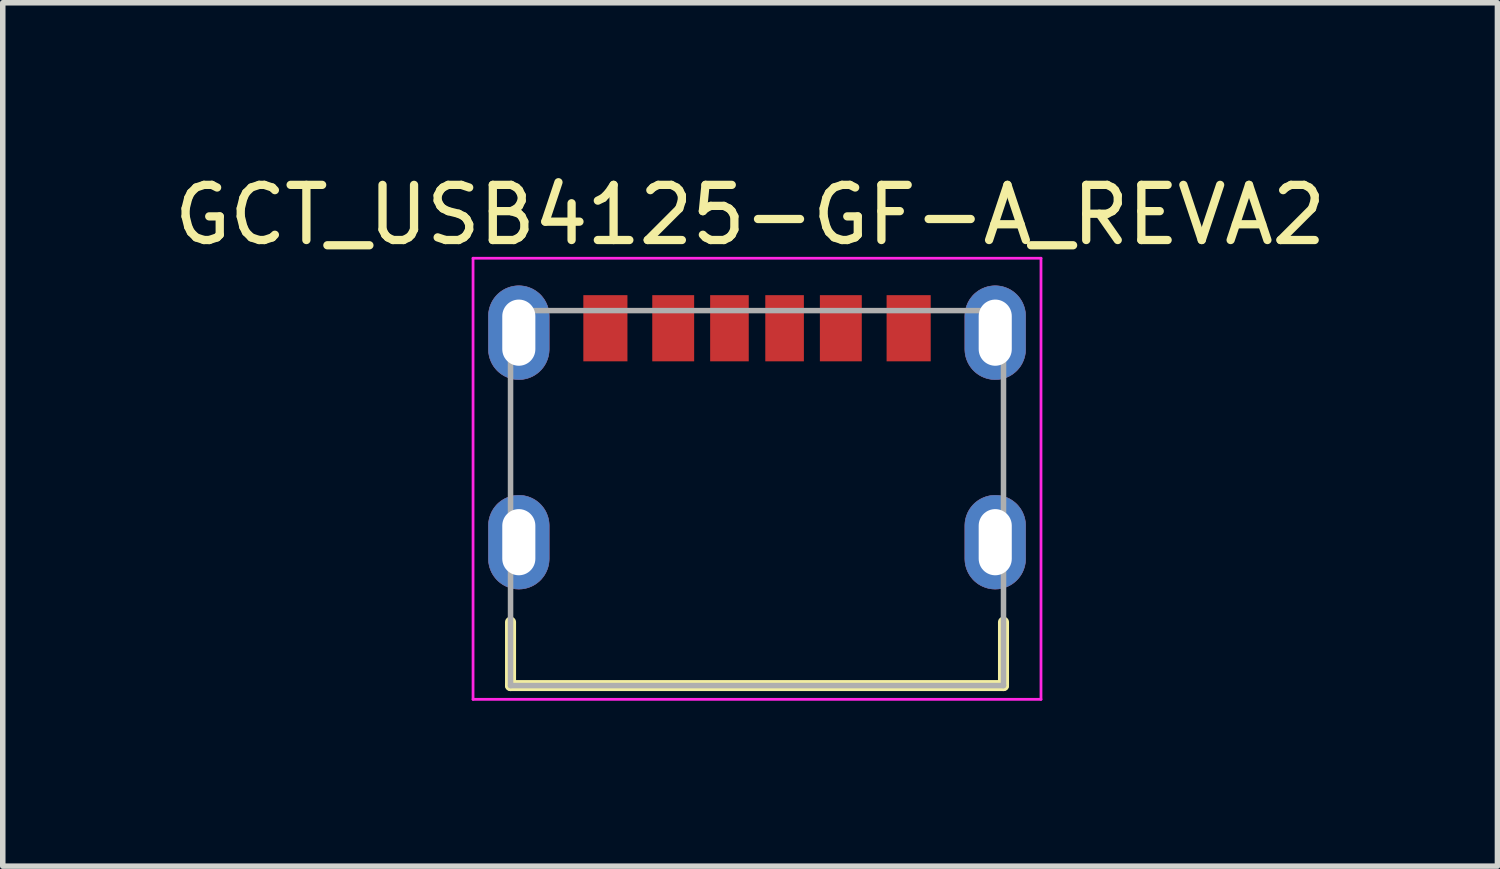
<source format=kicad_pcb>
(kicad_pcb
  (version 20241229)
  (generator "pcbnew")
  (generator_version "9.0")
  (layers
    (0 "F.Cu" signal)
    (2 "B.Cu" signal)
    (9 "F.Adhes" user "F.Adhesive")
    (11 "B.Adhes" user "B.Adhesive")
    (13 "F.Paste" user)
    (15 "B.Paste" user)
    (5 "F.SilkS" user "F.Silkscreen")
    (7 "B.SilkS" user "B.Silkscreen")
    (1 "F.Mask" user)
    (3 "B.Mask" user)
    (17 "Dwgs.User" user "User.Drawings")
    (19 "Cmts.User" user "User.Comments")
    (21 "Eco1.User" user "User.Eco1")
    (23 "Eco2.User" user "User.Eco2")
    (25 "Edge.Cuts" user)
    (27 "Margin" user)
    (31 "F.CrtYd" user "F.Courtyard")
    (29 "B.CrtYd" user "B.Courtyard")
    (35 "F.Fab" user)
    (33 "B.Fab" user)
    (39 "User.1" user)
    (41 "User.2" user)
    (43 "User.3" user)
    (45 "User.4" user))
  (footprint "GCT_USB4125-GF-A_REVA2"
    (layer "F.Cu")
    (at 10.679 5.983)
    (property "Reference" "GCT_USB4125-GF-A_REVA2" (at -0.125 -5.135 0) (layer "F.SilkS") (effects (font (size 1 1) (thickness 0.15))))
    (attr through_hole)
    (fp_poly (pts (xy -4.32 -3.85) (xy -4.349 -3.849) (xy -4.377 -3.847) (xy -4.406 -3.843) (xy -4.434 -3.838) (xy -4.462 -3.831) (xy -4.49 -3.823) (xy -4.517 -3.813) (xy -4.544 -3.802) (xy -4.57 -3.79) (xy -4.595 -3.776) (xy -4.62 -3.761) (xy -4.643 -3.745) (xy -4.666 -3.727) (xy -4.688 -3.709) (xy -4.709 -3.689) (xy -4.729 -3.668) (xy -4.747 -3.646) (xy -4.765 -3.623) (xy -4.781 -3.6) (xy -4.796 -3.575) (xy -4.81 -3.55) (xy -4.822 -3.524) (xy -4.833 -3.497) (xy -4.843 -3.47) (xy -4.851 -3.442) (xy -4.858 -3.414) (xy -4.863 -3.386) (xy -4.867 -3.357) (xy -4.869 -3.329) (xy -4.87 -3.3) (xy -4.87 -2.7) (xy -4.869 -2.671) (xy -4.867 -2.643) (xy -4.863 -2.614) (xy -4.858 -2.586) (xy -4.851 -2.558) (xy -4.843 -2.53) (xy -4.833 -2.503) (xy -4.822 -2.476) (xy -4.81 -2.45) (xy -4.796 -2.425) (xy -4.781 -2.4) (xy -4.765 -2.377) (xy -4.747 -2.354) (xy -4.729 -2.332) (xy -4.709 -2.311) (xy -4.688 -2.291) (xy -4.666 -2.273) (xy -4.643 -2.255) (xy -4.62 -2.239) (xy -4.595 -2.224) (xy -4.57 -2.21) (xy -4.544 -2.198) (xy -4.517 -2.187) (xy -4.49 -2.177) (xy -4.462 -2.169) (xy -4.434 -2.162) (xy -4.406 -2.157) (xy -4.377 -2.153) (xy -4.349 -2.151) (xy -4.32 -2.15) (xy -4.291 -2.151) (xy -4.263 -2.153) (xy -4.234 -2.157) (xy -4.206 -2.162) (xy -4.178 -2.169) (xy -4.15 -2.177) (xy -4.123 -2.187) (xy -4.096 -2.198) (xy -4.07 -2.21) (xy -4.045 -2.224) (xy -4.02 -2.239) (xy -3.997 -2.255) (xy -3.974 -2.273) (xy -3.952 -2.291) (xy -3.931 -2.311) (xy -3.911 -2.332) (xy -3.893 -2.354) (xy -3.875 -2.377) (xy -3.859 -2.4) (xy -3.844 -2.425) (xy -3.83 -2.45) (xy -3.818 -2.476) (xy -3.807 -2.503) (xy -3.797 -2.53) (xy -3.789 -2.558) (xy -3.782 -2.586) (xy -3.777 -2.614) (xy -3.773 -2.643) (xy -3.771 -2.671) (xy -3.77 -2.7) (xy -3.77 -3.3) (xy -3.771 -3.329) (xy -3.773 -3.357) (xy -3.777 -3.386) (xy -3.782 -3.414) (xy -3.789 -3.442) (xy -3.797 -3.47) (xy -3.807 -3.497) (xy -3.818 -3.524) (xy -3.83 -3.55) (xy -3.844 -3.575) (xy -3.859 -3.6) (xy -3.875 -3.623) (xy -3.893 -3.646) (xy -3.911 -3.668) (xy -3.931 -3.689) (xy -3.952 -3.709) (xy -3.974 -3.727) (xy -3.997 -3.745) (xy -4.02 -3.761) (xy -4.045 -3.776) (xy -4.07 -3.79) (xy -4.096 -3.802) (xy -4.123 -3.813) (xy -4.15 -3.823) (xy -4.178 -3.831) (xy -4.206 -3.838) (xy -4.234 -3.843) (xy -4.263 -3.847) (xy -4.291 -3.849) (xy -4.32 -3.85)) (stroke (width 0.01) (type solid)) (fill yes) (layer "F.Cu"))
    (fp_poly (pts (xy -4.32 -0.05) (xy -4.349 -0.049) (xy -4.377 -0.047) (xy -4.406 -0.043) (xy -4.434 -0.038) (xy -4.462 -0.031) (xy -4.49 -0.023) (xy -4.517 -0.013) (xy -4.544 -0.002) (xy -4.57 0.01) (xy -4.595 0.024) (xy -4.62 0.039) (xy -4.643 0.055) (xy -4.666 0.073) (xy -4.688 0.091) (xy -4.709 0.111) (xy -4.729 0.132) (xy -4.747 0.154) (xy -4.765 0.177) (xy -4.781 0.2) (xy -4.796 0.225) (xy -4.81 0.25) (xy -4.822 0.276) (xy -4.833 0.303) (xy -4.843 0.33) (xy -4.851 0.358) (xy -4.858 0.386) (xy -4.863 0.414) (xy -4.867 0.443) (xy -4.869 0.471) (xy -4.87 0.5) (xy -4.87 1.1) (xy -4.869 1.129) (xy -4.867 1.157) (xy -4.863 1.186) (xy -4.858 1.214) (xy -4.851 1.242) (xy -4.843 1.27) (xy -4.833 1.297) (xy -4.822 1.324) (xy -4.81 1.35) (xy -4.796 1.375) (xy -4.781 1.4) (xy -4.765 1.423) (xy -4.747 1.446) (xy -4.729 1.468) (xy -4.709 1.489) (xy -4.688 1.509) (xy -4.666 1.527) (xy -4.643 1.545) (xy -4.62 1.561) (xy -4.595 1.576) (xy -4.57 1.59) (xy -4.544 1.602) (xy -4.517 1.613) (xy -4.49 1.623) (xy -4.462 1.631) (xy -4.434 1.638) (xy -4.406 1.643) (xy -4.377 1.647) (xy -4.349 1.649) (xy -4.32 1.65) (xy -4.291 1.649) (xy -4.263 1.647) (xy -4.234 1.643) (xy -4.206 1.638) (xy -4.178 1.631) (xy -4.15 1.623) (xy -4.123 1.613) (xy -4.096 1.602) (xy -4.07 1.59) (xy -4.045 1.576) (xy -4.02 1.561) (xy -3.997 1.545) (xy -3.974 1.527) (xy -3.952 1.509) (xy -3.931 1.489) (xy -3.911 1.468) (xy -3.893 1.446) (xy -3.875 1.423) (xy -3.859 1.4) (xy -3.844 1.375) (xy -3.83 1.35) (xy -3.818 1.324) (xy -3.807 1.297) (xy -3.797 1.27) (xy -3.789 1.242) (xy -3.782 1.214) (xy -3.777 1.186) (xy -3.773 1.157) (xy -3.771 1.129) (xy -3.77 1.1) (xy -3.77 0.5) (xy -3.771 0.471) (xy -3.773 0.443) (xy -3.777 0.414) (xy -3.782 0.386) (xy -3.789 0.358) (xy -3.797 0.33) (xy -3.807 0.303) (xy -3.818 0.276) (xy -3.83 0.25) (xy -3.844 0.225) (xy -3.859 0.2) (xy -3.875 0.177) (xy -3.893 0.154) (xy -3.911 0.132) (xy -3.931 0.111) (xy -3.952 0.091) (xy -3.974 0.073) (xy -3.997 0.055) (xy -4.02 0.039) (xy -4.045 0.024) (xy -4.07 0.01) (xy -4.096 -0.002) (xy -4.123 -0.013) (xy -4.15 -0.023) (xy -4.178 -0.031) (xy -4.206 -0.038) (xy -4.234 -0.043) (xy -4.263 -0.047) (xy -4.291 -0.049) (xy -4.32 -0.05)) (stroke (width 0.01) (type solid)) (fill yes) (layer "F.Cu"))
    (fp_poly (pts (xy 4.32 -3.85) (xy 4.291 -3.849) (xy 4.263 -3.847) (xy 4.234 -3.843) (xy 4.206 -3.838) (xy 4.178 -3.831) (xy 4.15 -3.823) (xy 4.123 -3.813) (xy 4.096 -3.802) (xy 4.07 -3.79) (xy 4.045 -3.776) (xy 4.02 -3.761) (xy 3.997 -3.745) (xy 3.974 -3.727) (xy 3.952 -3.709) (xy 3.931 -3.689) (xy 3.911 -3.668) (xy 3.893 -3.646) (xy 3.875 -3.623) (xy 3.859 -3.6) (xy 3.844 -3.575) (xy 3.83 -3.55) (xy 3.818 -3.524) (xy 3.807 -3.497) (xy 3.797 -3.47) (xy 3.789 -3.442) (xy 3.782 -3.414) (xy 3.777 -3.386) (xy 3.773 -3.357) (xy 3.771 -3.329) (xy 3.77 -3.3) (xy 3.77 -2.7) (xy 3.771 -2.671) (xy 3.773 -2.643) (xy 3.777 -2.614) (xy 3.782 -2.586) (xy 3.789 -2.558) (xy 3.797 -2.53) (xy 3.807 -2.503) (xy 3.818 -2.476) (xy 3.83 -2.45) (xy 3.844 -2.425) (xy 3.859 -2.4) (xy 3.875 -2.377) (xy 3.893 -2.354) (xy 3.911 -2.332) (xy 3.931 -2.311) (xy 3.952 -2.291) (xy 3.974 -2.273) (xy 3.997 -2.255) (xy 4.02 -2.239) (xy 4.045 -2.224) (xy 4.07 -2.21) (xy 4.096 -2.198) (xy 4.123 -2.187) (xy 4.15 -2.177) (xy 4.178 -2.169) (xy 4.206 -2.162) (xy 4.234 -2.157) (xy 4.263 -2.153) (xy 4.291 -2.151) (xy 4.32 -2.15) (xy 4.349 -2.151) (xy 4.377 -2.153) (xy 4.406 -2.157) (xy 4.434 -2.162) (xy 4.462 -2.169) (xy 4.49 -2.177) (xy 4.517 -2.187) (xy 4.544 -2.198) (xy 4.57 -2.21) (xy 4.595 -2.224) (xy 4.62 -2.239) (xy 4.643 -2.255) (xy 4.666 -2.273) (xy 4.688 -2.291) (xy 4.709 -2.311) (xy 4.729 -2.332) (xy 4.747 -2.354) (xy 4.765 -2.377) (xy 4.781 -2.4) (xy 4.796 -2.425) (xy 4.81 -2.45) (xy 4.822 -2.476) (xy 4.833 -2.503) (xy 4.843 -2.53) (xy 4.851 -2.558) (xy 4.858 -2.586) (xy 4.863 -2.614) (xy 4.867 -2.643) (xy 4.869 -2.671) (xy 4.87 -2.7) (xy 4.87 -3.3) (xy 4.869 -3.329) (xy 4.867 -3.357) (xy 4.863 -3.386) (xy 4.858 -3.414) (xy 4.851 -3.442) (xy 4.843 -3.47) (xy 4.833 -3.497) (xy 4.822 -3.524) (xy 4.81 -3.55) (xy 4.796 -3.575) (xy 4.781 -3.6) (xy 4.765 -3.623) (xy 4.747 -3.646) (xy 4.729 -3.668) (xy 4.709 -3.689) (xy 4.688 -3.709) (xy 4.666 -3.727) (xy 4.643 -3.745) (xy 4.62 -3.761) (xy 4.595 -3.776) (xy 4.57 -3.79) (xy 4.544 -3.802) (xy 4.517 -3.813) (xy 4.49 -3.823) (xy 4.462 -3.831) (xy 4.434 -3.838) (xy 4.406 -3.843) (xy 4.377 -3.847) (xy 4.349 -3.849) (xy 4.32 -3.85)) (stroke (width 0.01) (type solid)) (fill yes) (layer "F.Cu"))
    (fp_poly (pts (xy 4.32 -0.05) (xy 4.291 -0.049) (xy 4.263 -0.047) (xy 4.234 -0.043) (xy 4.206 -0.038) (xy 4.178 -0.031) (xy 4.15 -0.023) (xy 4.123 -0.013) (xy 4.096 -0.002) (xy 4.07 0.01) (xy 4.045 0.024) (xy 4.02 0.039) (xy 3.997 0.055) (xy 3.974 0.073) (xy 3.952 0.091) (xy 3.931 0.111) (xy 3.911 0.132) (xy 3.893 0.154) (xy 3.875 0.177) (xy 3.859 0.2) (xy 3.844 0.225) (xy 3.83 0.25) (xy 3.818 0.276) (xy 3.807 0.303) (xy 3.797 0.33) (xy 3.789 0.358) (xy 3.782 0.386) (xy 3.777 0.414) (xy 3.773 0.443) (xy 3.771 0.471) (xy 3.77 0.5) (xy 3.77 1.1) (xy 3.771 1.129) (xy 3.773 1.157) (xy 3.777 1.186) (xy 3.782 1.214) (xy 3.789 1.242) (xy 3.797 1.27) (xy 3.807 1.297) (xy 3.818 1.324) (xy 3.83 1.35) (xy 3.844 1.375) (xy 3.859 1.4) (xy 3.875 1.423) (xy 3.893 1.446) (xy 3.911 1.468) (xy 3.931 1.489) (xy 3.952 1.509) (xy 3.974 1.527) (xy 3.997 1.545) (xy 4.02 1.561) (xy 4.045 1.576) (xy 4.07 1.59) (xy 4.096 1.602) (xy 4.123 1.613) (xy 4.15 1.623) (xy 4.178 1.631) (xy 4.206 1.638) (xy 4.234 1.643) (xy 4.263 1.647) (xy 4.291 1.649) (xy 4.32 1.65) (xy 4.349 1.649) (xy 4.377 1.647) (xy 4.406 1.643) (xy 4.434 1.638) (xy 4.462 1.631) (xy 4.49 1.623) (xy 4.517 1.613) (xy 4.544 1.602) (xy 4.57 1.59) (xy 4.595 1.576) (xy 4.62 1.561) (xy 4.643 1.545) (xy 4.666 1.527) (xy 4.688 1.509) (xy 4.709 1.489) (xy 4.729 1.468) (xy 4.747 1.446) (xy 4.765 1.423) (xy 4.781 1.4) (xy 4.796 1.375) (xy 4.81 1.35) (xy 4.822 1.324) (xy 4.833 1.297) (xy 4.843 1.27) (xy 4.851 1.242) (xy 4.858 1.214) (xy 4.863 1.186) (xy 4.867 1.157) (xy 4.869 1.129) (xy 4.87 1.1) (xy 4.87 0.5) (xy 4.869 0.471) (xy 4.867 0.443) (xy 4.863 0.414) (xy 4.858 0.386) (xy 4.851 0.358) (xy 4.843 0.33) (xy 4.833 0.303) (xy 4.822 0.276) (xy 4.81 0.25) (xy 4.796 0.225) (xy 4.781 0.2) (xy 4.765 0.177) (xy 4.747 0.154) (xy 4.729 0.132) (xy 4.709 0.111) (xy 4.688 0.091) (xy 4.666 0.073) (xy 4.643 0.055) (xy 4.62 0.039) (xy 4.595 0.024) (xy 4.57 0.01) (xy 4.544 -0.002) (xy 4.517 -0.013) (xy 4.49 -0.023) (xy 4.462 -0.031) (xy 4.434 -0.038) (xy 4.406 -0.043) (xy 4.377 -0.047) (xy 4.349 -0.049) (xy 4.32 -0.05)) (stroke (width 0.01) (type solid)) (fill yes) (layer "F.Cu"))
    (fp_poly (pts (xy -4.32 -3.95) (xy -4.354 -3.949) (xy -4.388 -3.946) (xy -4.422 -3.942) (xy -4.455 -3.936) (xy -4.488 -3.928) (xy -4.521 -3.918) (xy -4.553 -3.907) (xy -4.584 -3.894) (xy -4.615 -3.879) (xy -4.645 -3.863) (xy -4.674 -3.845) (xy -4.702 -3.826) (xy -4.729 -3.805) (xy -4.755 -3.783) (xy -4.78 -3.76) (xy -4.803 -3.735) (xy -4.825 -3.709) (xy -4.846 -3.682) (xy -4.865 -3.654) (xy -4.883 -3.625) (xy -4.899 -3.595) (xy -4.914 -3.564) (xy -4.927 -3.533) (xy -4.938 -3.501) (xy -4.948 -3.468) (xy -4.956 -3.435) (xy -4.962 -3.402) (xy -4.966 -3.368) (xy -4.969 -3.334) (xy -4.97 -3.3) (xy -4.97 -2.7) (xy -4.969 -2.666) (xy -4.966 -2.632) (xy -4.962 -2.598) (xy -4.956 -2.565) (xy -4.948 -2.532) (xy -4.938 -2.499) (xy -4.927 -2.467) (xy -4.914 -2.436) (xy -4.899 -2.405) (xy -4.883 -2.375) (xy -4.865 -2.346) (xy -4.846 -2.318) (xy -4.825 -2.291) (xy -4.803 -2.265) (xy -4.78 -2.24) (xy -4.755 -2.217) (xy -4.729 -2.195) (xy -4.702 -2.174) (xy -4.674 -2.155) (xy -4.645 -2.137) (xy -4.615 -2.121) (xy -4.584 -2.106) (xy -4.553 -2.093) (xy -4.521 -2.082) (xy -4.488 -2.072) (xy -4.455 -2.064) (xy -4.422 -2.058) (xy -4.388 -2.054) (xy -4.354 -2.051) (xy -4.32 -2.05) (xy -4.286 -2.051) (xy -4.252 -2.054) (xy -4.218 -2.058) (xy -4.185 -2.064) (xy -4.152 -2.072) (xy -4.119 -2.082) (xy -4.087 -2.093) (xy -4.056 -2.106) (xy -4.025 -2.121) (xy -3.995 -2.137) (xy -3.966 -2.155) (xy -3.938 -2.174) (xy -3.911 -2.195) (xy -3.885 -2.217) (xy -3.86 -2.24) (xy -3.837 -2.265) (xy -3.815 -2.291) (xy -3.794 -2.318) (xy -3.775 -2.346) (xy -3.757 -2.375) (xy -3.741 -2.405) (xy -3.726 -2.436) (xy -3.713 -2.467) (xy -3.702 -2.499) (xy -3.692 -2.532) (xy -3.684 -2.565) (xy -3.678 -2.598) (xy -3.674 -2.632) (xy -3.671 -2.666) (xy -3.67 -2.7) (xy -3.67 -3.3) (xy -3.671 -3.334) (xy -3.674 -3.368) (xy -3.678 -3.402) (xy -3.684 -3.435) (xy -3.692 -3.468) (xy -3.702 -3.501) (xy -3.713 -3.533) (xy -3.726 -3.564) (xy -3.741 -3.595) (xy -3.757 -3.625) (xy -3.775 -3.654) (xy -3.794 -3.682) (xy -3.815 -3.709) (xy -3.837 -3.735) (xy -3.86 -3.76) (xy -3.885 -3.783) (xy -3.911 -3.805) (xy -3.938 -3.826) (xy -3.966 -3.845) (xy -3.995 -3.863) (xy -4.025 -3.879) (xy -4.056 -3.894) (xy -4.087 -3.907) (xy -4.119 -3.918) (xy -4.152 -3.928) (xy -4.185 -3.936) (xy -4.218 -3.942) (xy -4.252 -3.946) (xy -4.286 -3.949) (xy -4.32 -3.95)) (stroke (width 0.01) (type solid)) (fill yes) (layer "F.Mask"))
    (fp_poly (pts (xy -4.32 -0.15) (xy -4.354 -0.149) (xy -4.388 -0.146) (xy -4.422 -0.142) (xy -4.455 -0.136) (xy -4.488 -0.128) (xy -4.521 -0.118) (xy -4.553 -0.107) (xy -4.584 -0.094) (xy -4.615 -0.079) (xy -4.645 -0.063) (xy -4.674 -0.045) (xy -4.702 -0.026) (xy -4.729 -0.005) (xy -4.755 0.017) (xy -4.78 0.04) (xy -4.803 0.065) (xy -4.825 0.091) (xy -4.846 0.118) (xy -4.865 0.146) (xy -4.883 0.175) (xy -4.899 0.205) (xy -4.914 0.236) (xy -4.927 0.267) (xy -4.938 0.299) (xy -4.948 0.332) (xy -4.956 0.365) (xy -4.962 0.398) (xy -4.966 0.432) (xy -4.969 0.466) (xy -4.97 0.5) (xy -4.97 1.1) (xy -4.969 1.134) (xy -4.966 1.168) (xy -4.962 1.202) (xy -4.956 1.235) (xy -4.948 1.268) (xy -4.938 1.301) (xy -4.927 1.333) (xy -4.914 1.364) (xy -4.899 1.395) (xy -4.883 1.425) (xy -4.865 1.454) (xy -4.846 1.482) (xy -4.825 1.509) (xy -4.803 1.535) (xy -4.78 1.56) (xy -4.755 1.583) (xy -4.729 1.605) (xy -4.702 1.626) (xy -4.674 1.645) (xy -4.645 1.663) (xy -4.615 1.679) (xy -4.584 1.694) (xy -4.553 1.707) (xy -4.521 1.718) (xy -4.488 1.728) (xy -4.455 1.736) (xy -4.422 1.742) (xy -4.388 1.746) (xy -4.354 1.749) (xy -4.32 1.75) (xy -4.286 1.749) (xy -4.252 1.746) (xy -4.218 1.742) (xy -4.185 1.736) (xy -4.152 1.728) (xy -4.119 1.718) (xy -4.087 1.707) (xy -4.056 1.694) (xy -4.025 1.679) (xy -3.995 1.663) (xy -3.966 1.645) (xy -3.938 1.626) (xy -3.911 1.605) (xy -3.885 1.583) (xy -3.86 1.56) (xy -3.837 1.535) (xy -3.815 1.509) (xy -3.794 1.482) (xy -3.775 1.454) (xy -3.757 1.425) (xy -3.741 1.395) (xy -3.726 1.364) (xy -3.713 1.333) (xy -3.702 1.301) (xy -3.692 1.268) (xy -3.684 1.235) (xy -3.678 1.202) (xy -3.674 1.168) (xy -3.671 1.134) (xy -3.67 1.1) (xy -3.67 0.5) (xy -3.671 0.466) (xy -3.674 0.432) (xy -3.678 0.398) (xy -3.684 0.365) (xy -3.692 0.332) (xy -3.702 0.299) (xy -3.713 0.267) (xy -3.726 0.236) (xy -3.741 0.205) (xy -3.757 0.175) (xy -3.775 0.146) (xy -3.794 0.118) (xy -3.815 0.091) (xy -3.837 0.065) (xy -3.86 0.04) (xy -3.885 0.017) (xy -3.911 -0.005) (xy -3.938 -0.026) (xy -3.966 -0.045) (xy -3.995 -0.063) (xy -4.025 -0.079) (xy -4.056 -0.094) (xy -4.087 -0.107) (xy -4.119 -0.118) (xy -4.152 -0.128) (xy -4.185 -0.136) (xy -4.218 -0.142) (xy -4.252 -0.146) (xy -4.286 -0.149) (xy -4.32 -0.15)) (stroke (width 0.01) (type solid)) (fill yes) (layer "F.Mask"))
    (fp_poly (pts (xy 4.32 -3.95) (xy 4.286 -3.949) (xy 4.252 -3.946) (xy 4.218 -3.942) (xy 4.185 -3.936) (xy 4.152 -3.928) (xy 4.119 -3.918) (xy 4.087 -3.907) (xy 4.056 -3.894) (xy 4.025 -3.879) (xy 3.995 -3.863) (xy 3.966 -3.845) (xy 3.938 -3.826) (xy 3.911 -3.805) (xy 3.885 -3.783) (xy 3.86 -3.76) (xy 3.837 -3.735) (xy 3.815 -3.709) (xy 3.794 -3.682) (xy 3.775 -3.654) (xy 3.757 -3.625) (xy 3.741 -3.595) (xy 3.726 -3.564) (xy 3.713 -3.533) (xy 3.702 -3.501) (xy 3.692 -3.468) (xy 3.684 -3.435) (xy 3.678 -3.402) (xy 3.674 -3.368) (xy 3.671 -3.334) (xy 3.67 -3.3) (xy 3.67 -2.7) (xy 3.671 -2.666) (xy 3.674 -2.632) (xy 3.678 -2.598) (xy 3.684 -2.565) (xy 3.692 -2.532) (xy 3.702 -2.499) (xy 3.713 -2.467) (xy 3.726 -2.436) (xy 3.741 -2.405) (xy 3.757 -2.375) (xy 3.775 -2.346) (xy 3.794 -2.318) (xy 3.815 -2.291) (xy 3.837 -2.265) (xy 3.86 -2.24) (xy 3.885 -2.217) (xy 3.911 -2.195) (xy 3.938 -2.174) (xy 3.966 -2.155) (xy 3.995 -2.137) (xy 4.025 -2.121) (xy 4.056 -2.106) (xy 4.087 -2.093) (xy 4.119 -2.082) (xy 4.152 -2.072) (xy 4.185 -2.064) (xy 4.218 -2.058) (xy 4.252 -2.054) (xy 4.286 -2.051) (xy 4.32 -2.05) (xy 4.354 -2.051) (xy 4.388 -2.054) (xy 4.422 -2.058) (xy 4.455 -2.064) (xy 4.488 -2.072) (xy 4.521 -2.082) (xy 4.553 -2.093) (xy 4.584 -2.106) (xy 4.615 -2.121) (xy 4.645 -2.137) (xy 4.674 -2.155) (xy 4.702 -2.174) (xy 4.729 -2.195) (xy 4.755 -2.217) (xy 4.78 -2.24) (xy 4.803 -2.265) (xy 4.825 -2.291) (xy 4.846 -2.318) (xy 4.865 -2.346) (xy 4.883 -2.375) (xy 4.899 -2.405) (xy 4.914 -2.436) (xy 4.927 -2.467) (xy 4.938 -2.499) (xy 4.948 -2.532) (xy 4.956 -2.565) (xy 4.962 -2.598) (xy 4.966 -2.632) (xy 4.969 -2.666) (xy 4.97 -2.7) (xy 4.97 -3.3) (xy 4.969 -3.334) (xy 4.966 -3.368) (xy 4.962 -3.402) (xy 4.956 -3.435) (xy 4.948 -3.468) (xy 4.938 -3.501) (xy 4.927 -3.533) (xy 4.914 -3.564) (xy 4.899 -3.595) (xy 4.883 -3.625) (xy 4.865 -3.654) (xy 4.846 -3.682) (xy 4.825 -3.709) (xy 4.803 -3.735) (xy 4.78 -3.76) (xy 4.755 -3.783) (xy 4.729 -3.805) (xy 4.702 -3.826) (xy 4.674 -3.845) (xy 4.645 -3.863) (xy 4.615 -3.879) (xy 4.584 -3.894) (xy 4.553 -3.907) (xy 4.521 -3.918) (xy 4.488 -3.928) (xy 4.455 -3.936) (xy 4.422 -3.942) (xy 4.388 -3.946) (xy 4.354 -3.949) (xy 4.32 -3.95)) (stroke (width 0.01) (type solid)) (fill yes) (layer "F.Mask"))
    (fp_poly (pts (xy 4.32 -0.15) (xy 4.286 -0.149) (xy 4.252 -0.146) (xy 4.218 -0.142) (xy 4.185 -0.136) (xy 4.152 -0.128) (xy 4.119 -0.118) (xy 4.087 -0.107) (xy 4.056 -0.094) (xy 4.025 -0.079) (xy 3.995 -0.063) (xy 3.966 -0.045) (xy 3.938 -0.026) (xy 3.911 -0.005) (xy 3.885 0.017) (xy 3.86 0.04) (xy 3.837 0.065) (xy 3.815 0.091) (xy 3.794 0.118) (xy 3.775 0.146) (xy 3.757 0.175) (xy 3.741 0.205) (xy 3.726 0.236) (xy 3.713 0.267) (xy 3.702 0.299) (xy 3.692 0.332) (xy 3.684 0.365) (xy 3.678 0.398) (xy 3.674 0.432) (xy 3.671 0.466) (xy 3.67 0.5) (xy 3.67 1.1) (xy 3.671 1.134) (xy 3.674 1.168) (xy 3.678 1.202) (xy 3.684 1.235) (xy 3.692 1.268) (xy 3.702 1.301) (xy 3.713 1.333) (xy 3.726 1.364) (xy 3.741 1.395) (xy 3.757 1.425) (xy 3.775 1.454) (xy 3.794 1.482) (xy 3.815 1.509) (xy 3.837 1.535) (xy 3.86 1.56) (xy 3.885 1.583) (xy 3.911 1.605) (xy 3.938 1.626) (xy 3.966 1.645) (xy 3.995 1.663) (xy 4.025 1.679) (xy 4.056 1.694) (xy 4.087 1.707) (xy 4.119 1.718) (xy 4.152 1.728) (xy 4.185 1.736) (xy 4.218 1.742) (xy 4.252 1.746) (xy 4.286 1.749) (xy 4.32 1.75) (xy 4.354 1.749) (xy 4.388 1.746) (xy 4.422 1.742) (xy 4.455 1.736) (xy 4.488 1.728) (xy 4.521 1.718) (xy 4.553 1.707) (xy 4.584 1.694) (xy 4.615 1.679) (xy 4.645 1.663) (xy 4.674 1.645) (xy 4.702 1.626) (xy 4.729 1.605) (xy 4.755 1.583) (xy 4.78 1.56) (xy 4.803 1.535) (xy 4.825 1.509) (xy 4.846 1.482) (xy 4.865 1.454) (xy 4.883 1.425) (xy 4.899 1.395) (xy 4.914 1.364) (xy 4.927 1.333) (xy 4.938 1.301) (xy 4.948 1.268) (xy 4.956 1.235) (xy 4.962 1.202) (xy 4.966 1.168) (xy 4.969 1.134) (xy 4.97 1.1) (xy 4.97 0.5) (xy 4.969 0.466) (xy 4.966 0.432) (xy 4.962 0.398) (xy 4.956 0.365) (xy 4.948 0.332) (xy 4.938 0.299) (xy 4.927 0.267) (xy 4.914 0.236) (xy 4.899 0.205) (xy 4.883 0.175) (xy 4.865 0.146) (xy 4.846 0.118) (xy 4.825 0.091) (xy 4.803 0.065) (xy 4.78 0.04) (xy 4.755 0.017) (xy 4.729 -0.005) (xy 4.702 -0.026) (xy 4.674 -0.045) (xy 4.645 -0.063) (xy 4.615 -0.079) (xy 4.584 -0.094) (xy 4.553 -0.107) (xy 4.521 -0.118) (xy 4.488 -0.128) (xy 4.455 -0.136) (xy 4.422 -0.142) (xy 4.388 -0.146) (xy 4.354 -0.149) (xy 4.32 -0.15)) (stroke (width 0.01) (type solid)) (fill yes) (layer "F.Mask"))
    (fp_poly (pts (xy -4.32 -3.85) (xy -4.349 -3.849) (xy -4.377 -3.847) (xy -4.406 -3.843) (xy -4.434 -3.838) (xy -4.462 -3.831) (xy -4.49 -3.823) (xy -4.517 -3.813) (xy -4.544 -3.802) (xy -4.57 -3.79) (xy -4.595 -3.776) (xy -4.62 -3.761) (xy -4.643 -3.745) (xy -4.666 -3.727) (xy -4.688 -3.709) (xy -4.709 -3.689) (xy -4.729 -3.668) (xy -4.747 -3.646) (xy -4.765 -3.623) (xy -4.781 -3.6) (xy -4.796 -3.575) (xy -4.81 -3.55) (xy -4.822 -3.524) (xy -4.833 -3.497) (xy -4.843 -3.47) (xy -4.851 -3.442) (xy -4.858 -3.414) (xy -4.863 -3.386) (xy -4.867 -3.357) (xy -4.869 -3.329) (xy -4.87 -3.3) (xy -4.87 -2.7) (xy -4.869 -2.671) (xy -4.867 -2.643) (xy -4.863 -2.614) (xy -4.858 -2.586) (xy -4.851 -2.558) (xy -4.843 -2.53) (xy -4.833 -2.503) (xy -4.822 -2.476) (xy -4.81 -2.45) (xy -4.796 -2.425) (xy -4.781 -2.4) (xy -4.765 -2.377) (xy -4.747 -2.354) (xy -4.729 -2.332) (xy -4.709 -2.311) (xy -4.688 -2.291) (xy -4.666 -2.273) (xy -4.643 -2.255) (xy -4.62 -2.239) (xy -4.595 -2.224) (xy -4.57 -2.21) (xy -4.544 -2.198) (xy -4.517 -2.187) (xy -4.49 -2.177) (xy -4.462 -2.169) (xy -4.434 -2.162) (xy -4.406 -2.157) (xy -4.377 -2.153) (xy -4.349 -2.151) (xy -4.32 -2.15) (xy -4.291 -2.151) (xy -4.263 -2.153) (xy -4.234 -2.157) (xy -4.206 -2.162) (xy -4.178 -2.169) (xy -4.15 -2.177) (xy -4.123 -2.187) (xy -4.096 -2.198) (xy -4.07 -2.21) (xy -4.045 -2.224) (xy -4.02 -2.239) (xy -3.997 -2.255) (xy -3.974 -2.273) (xy -3.952 -2.291) (xy -3.931 -2.311) (xy -3.911 -2.332) (xy -3.893 -2.354) (xy -3.875 -2.377) (xy -3.859 -2.4) (xy -3.844 -2.425) (xy -3.83 -2.45) (xy -3.818 -2.476) (xy -3.807 -2.503) (xy -3.797 -2.53) (xy -3.789 -2.558) (xy -3.782 -2.586) (xy -3.777 -2.614) (xy -3.773 -2.643) (xy -3.771 -2.671) (xy -3.77 -2.7) (xy -3.77 -3.3) (xy -3.771 -3.329) (xy -3.773 -3.357) (xy -3.777 -3.386) (xy -3.782 -3.414) (xy -3.789 -3.442) (xy -3.797 -3.47) (xy -3.807 -3.497) (xy -3.818 -3.524) (xy -3.83 -3.55) (xy -3.844 -3.575) (xy -3.859 -3.6) (xy -3.875 -3.623) (xy -3.893 -3.646) (xy -3.911 -3.668) (xy -3.931 -3.689) (xy -3.952 -3.709) (xy -3.974 -3.727) (xy -3.997 -3.745) (xy -4.02 -3.761) (xy -4.045 -3.776) (xy -4.07 -3.79) (xy -4.096 -3.802) (xy -4.123 -3.813) (xy -4.15 -3.823) (xy -4.178 -3.831) (xy -4.206 -3.838) (xy -4.234 -3.843) (xy -4.263 -3.847) (xy -4.291 -3.849) (xy -4.32 -3.85)) (stroke (width 0.01) (type solid)) (fill yes) (layer "B.Cu"))
    (fp_poly (pts (xy -4.32 -0.05) (xy -4.349 -0.049) (xy -4.377 -0.047) (xy -4.406 -0.043) (xy -4.434 -0.038) (xy -4.462 -0.031) (xy -4.49 -0.023) (xy -4.517 -0.013) (xy -4.544 -0.002) (xy -4.57 0.01) (xy -4.595 0.024) (xy -4.62 0.039) (xy -4.643 0.055) (xy -4.666 0.073) (xy -4.688 0.091) (xy -4.709 0.111) (xy -4.729 0.132) (xy -4.747 0.154) (xy -4.765 0.177) (xy -4.781 0.2) (xy -4.796 0.225) (xy -4.81 0.25) (xy -4.822 0.276) (xy -4.833 0.303) (xy -4.843 0.33) (xy -4.851 0.358) (xy -4.858 0.386) (xy -4.863 0.414) (xy -4.867 0.443) (xy -4.869 0.471) (xy -4.87 0.5) (xy -4.87 1.1) (xy -4.869 1.129) (xy -4.867 1.157) (xy -4.863 1.186) (xy -4.858 1.214) (xy -4.851 1.242) (xy -4.843 1.27) (xy -4.833 1.297) (xy -4.822 1.324) (xy -4.81 1.35) (xy -4.796 1.375) (xy -4.781 1.4) (xy -4.765 1.423) (xy -4.747 1.446) (xy -4.729 1.468) (xy -4.709 1.489) (xy -4.688 1.509) (xy -4.666 1.527) (xy -4.643 1.545) (xy -4.62 1.561) (xy -4.595 1.576) (xy -4.57 1.59) (xy -4.544 1.602) (xy -4.517 1.613) (xy -4.49 1.623) (xy -4.462 1.631) (xy -4.434 1.638) (xy -4.406 1.643) (xy -4.377 1.647) (xy -4.349 1.649) (xy -4.32 1.65) (xy -4.291 1.649) (xy -4.263 1.647) (xy -4.234 1.643) (xy -4.206 1.638) (xy -4.178 1.631) (xy -4.15 1.623) (xy -4.123 1.613) (xy -4.096 1.602) (xy -4.07 1.59) (xy -4.045 1.576) (xy -4.02 1.561) (xy -3.997 1.545) (xy -3.974 1.527) (xy -3.952 1.509) (xy -3.931 1.489) (xy -3.911 1.468) (xy -3.893 1.446) (xy -3.875 1.423) (xy -3.859 1.4) (xy -3.844 1.375) (xy -3.83 1.35) (xy -3.818 1.324) (xy -3.807 1.297) (xy -3.797 1.27) (xy -3.789 1.242) (xy -3.782 1.214) (xy -3.777 1.186) (xy -3.773 1.157) (xy -3.771 1.129) (xy -3.77 1.1) (xy -3.77 0.5) (xy -3.771 0.471) (xy -3.773 0.443) (xy -3.777 0.414) (xy -3.782 0.386) (xy -3.789 0.358) (xy -3.797 0.33) (xy -3.807 0.303) (xy -3.818 0.276) (xy -3.83 0.25) (xy -3.844 0.225) (xy -3.859 0.2) (xy -3.875 0.177) (xy -3.893 0.154) (xy -3.911 0.132) (xy -3.931 0.111) (xy -3.952 0.091) (xy -3.974 0.073) (xy -3.997 0.055) (xy -4.02 0.039) (xy -4.045 0.024) (xy -4.07 0.01) (xy -4.096 -0.002) (xy -4.123 -0.013) (xy -4.15 -0.023) (xy -4.178 -0.031) (xy -4.206 -0.038) (xy -4.234 -0.043) (xy -4.263 -0.047) (xy -4.291 -0.049) (xy -4.32 -0.05)) (stroke (width 0.01) (type solid)) (fill yes) (layer "B.Cu"))
    (fp_poly (pts (xy 4.32 -3.85) (xy 4.291 -3.849) (xy 4.263 -3.847) (xy 4.234 -3.843) (xy 4.206 -3.838) (xy 4.178 -3.831) (xy 4.15 -3.823) (xy 4.123 -3.813) (xy 4.096 -3.802) (xy 4.07 -3.79) (xy 4.045 -3.776) (xy 4.02 -3.761) (xy 3.997 -3.745) (xy 3.974 -3.727) (xy 3.952 -3.709) (xy 3.931 -3.689) (xy 3.911 -3.668) (xy 3.893 -3.646) (xy 3.875 -3.623) (xy 3.859 -3.6) (xy 3.844 -3.575) (xy 3.83 -3.55) (xy 3.818 -3.524) (xy 3.807 -3.497) (xy 3.797 -3.47) (xy 3.789 -3.442) (xy 3.782 -3.414) (xy 3.777 -3.386) (xy 3.773 -3.357) (xy 3.771 -3.329) (xy 3.77 -3.3) (xy 3.77 -2.7) (xy 3.771 -2.671) (xy 3.773 -2.643) (xy 3.777 -2.614) (xy 3.782 -2.586) (xy 3.789 -2.558) (xy 3.797 -2.53) (xy 3.807 -2.503) (xy 3.818 -2.476) (xy 3.83 -2.45) (xy 3.844 -2.425) (xy 3.859 -2.4) (xy 3.875 -2.377) (xy 3.893 -2.354) (xy 3.911 -2.332) (xy 3.931 -2.311) (xy 3.952 -2.291) (xy 3.974 -2.273) (xy 3.997 -2.255) (xy 4.02 -2.239) (xy 4.045 -2.224) (xy 4.07 -2.21) (xy 4.096 -2.198) (xy 4.123 -2.187) (xy 4.15 -2.177) (xy 4.178 -2.169) (xy 4.206 -2.162) (xy 4.234 -2.157) (xy 4.263 -2.153) (xy 4.291 -2.151) (xy 4.32 -2.15) (xy 4.349 -2.151) (xy 4.377 -2.153) (xy 4.406 -2.157) (xy 4.434 -2.162) (xy 4.462 -2.169) (xy 4.49 -2.177) (xy 4.517 -2.187) (xy 4.544 -2.198) (xy 4.57 -2.21) (xy 4.595 -2.224) (xy 4.62 -2.239) (xy 4.643 -2.255) (xy 4.666 -2.273) (xy 4.688 -2.291) (xy 4.709 -2.311) (xy 4.729 -2.332) (xy 4.747 -2.354) (xy 4.765 -2.377) (xy 4.781 -2.4) (xy 4.796 -2.425) (xy 4.81 -2.45) (xy 4.822 -2.476) (xy 4.833 -2.503) (xy 4.843 -2.53) (xy 4.851 -2.558) (xy 4.858 -2.586) (xy 4.863 -2.614) (xy 4.867 -2.643) (xy 4.869 -2.671) (xy 4.87 -2.7) (xy 4.87 -3.3) (xy 4.869 -3.329) (xy 4.867 -3.357) (xy 4.863 -3.386) (xy 4.858 -3.414) (xy 4.851 -3.442) (xy 4.843 -3.47) (xy 4.833 -3.497) (xy 4.822 -3.524) (xy 4.81 -3.55) (xy 4.796 -3.575) (xy 4.781 -3.6) (xy 4.765 -3.623) (xy 4.747 -3.646) (xy 4.729 -3.668) (xy 4.709 -3.689) (xy 4.688 -3.709) (xy 4.666 -3.727) (xy 4.643 -3.745) (xy 4.62 -3.761) (xy 4.595 -3.776) (xy 4.57 -3.79) (xy 4.544 -3.802) (xy 4.517 -3.813) (xy 4.49 -3.823) (xy 4.462 -3.831) (xy 4.434 -3.838) (xy 4.406 -3.843) (xy 4.377 -3.847) (xy 4.349 -3.849) (xy 4.32 -3.85)) (stroke (width 0.01) (type solid)) (fill yes) (layer "B.Cu"))
    (fp_poly (pts (xy 4.32 -0.05) (xy 4.291 -0.049) (xy 4.263 -0.047) (xy 4.234 -0.043) (xy 4.206 -0.038) (xy 4.178 -0.031) (xy 4.15 -0.023) (xy 4.123 -0.013) (xy 4.096 -0.002) (xy 4.07 0.01) (xy 4.045 0.024) (xy 4.02 0.039) (xy 3.997 0.055) (xy 3.974 0.073) (xy 3.952 0.091) (xy 3.931 0.111) (xy 3.911 0.132) (xy 3.893 0.154) (xy 3.875 0.177) (xy 3.859 0.2) (xy 3.844 0.225) (xy 3.83 0.25) (xy 3.818 0.276) (xy 3.807 0.303) (xy 3.797 0.33) (xy 3.789 0.358) (xy 3.782 0.386) (xy 3.777 0.414) (xy 3.773 0.443) (xy 3.771 0.471) (xy 3.77 0.5) (xy 3.77 1.1) (xy 3.771 1.129) (xy 3.773 1.157) (xy 3.777 1.186) (xy 3.782 1.214) (xy 3.789 1.242) (xy 3.797 1.27) (xy 3.807 1.297) (xy 3.818 1.324) (xy 3.83 1.35) (xy 3.844 1.375) (xy 3.859 1.4) (xy 3.875 1.423) (xy 3.893 1.446) (xy 3.911 1.468) (xy 3.931 1.489) (xy 3.952 1.509) (xy 3.974 1.527) (xy 3.997 1.545) (xy 4.02 1.561) (xy 4.045 1.576) (xy 4.07 1.59) (xy 4.096 1.602) (xy 4.123 1.613) (xy 4.15 1.623) (xy 4.178 1.631) (xy 4.206 1.638) (xy 4.234 1.643) (xy 4.263 1.647) (xy 4.291 1.649) (xy 4.32 1.65) (xy 4.349 1.649) (xy 4.377 1.647) (xy 4.406 1.643) (xy 4.434 1.638) (xy 4.462 1.631) (xy 4.49 1.623) (xy 4.517 1.613) (xy 4.544 1.602) (xy 4.57 1.59) (xy 4.595 1.576) (xy 4.62 1.561) (xy 4.643 1.545) (xy 4.666 1.527) (xy 4.688 1.509) (xy 4.709 1.489) (xy 4.729 1.468) (xy 4.747 1.446) (xy 4.765 1.423) (xy 4.781 1.4) (xy 4.796 1.375) (xy 4.81 1.35) (xy 4.822 1.324) (xy 4.833 1.297) (xy 4.843 1.27) (xy 4.851 1.242) (xy 4.858 1.214) (xy 4.863 1.186) (xy 4.867 1.157) (xy 4.869 1.129) (xy 4.87 1.1) (xy 4.87 0.5) (xy 4.869 0.471) (xy 4.867 0.443) (xy 4.863 0.414) (xy 4.858 0.386) (xy 4.851 0.358) (xy 4.843 0.33) (xy 4.833 0.303) (xy 4.822 0.276) (xy 4.81 0.25) (xy 4.796 0.225) (xy 4.781 0.2) (xy 4.765 0.177) (xy 4.747 0.154) (xy 4.729 0.132) (xy 4.709 0.111) (xy 4.688 0.091) (xy 4.666 0.073) (xy 4.643 0.055) (xy 4.62 0.039) (xy 4.595 0.024) (xy 4.57 0.01) (xy 4.544 -0.002) (xy 4.517 -0.013) (xy 4.49 -0.023) (xy 4.462 -0.031) (xy 4.434 -0.038) (xy 4.406 -0.043) (xy 4.377 -0.047) (xy 4.349 -0.049) (xy 4.32 -0.05)) (stroke (width 0.01) (type solid)) (fill yes) (layer "B.Cu"))
    (fp_poly (pts (xy -4.32 -3.95) (xy -4.354 -3.949) (xy -4.388 -3.946) (xy -4.422 -3.942) (xy -4.455 -3.936) (xy -4.488 -3.928) (xy -4.521 -3.918) (xy -4.553 -3.907) (xy -4.584 -3.894) (xy -4.615 -3.879) (xy -4.645 -3.863) (xy -4.674 -3.845) (xy -4.702 -3.826) (xy -4.729 -3.805) (xy -4.755 -3.783) (xy -4.78 -3.76) (xy -4.803 -3.735) (xy -4.825 -3.709) (xy -4.846 -3.682) (xy -4.865 -3.654) (xy -4.883 -3.625) (xy -4.899 -3.595) (xy -4.914 -3.564) (xy -4.927 -3.533) (xy -4.938 -3.501) (xy -4.948 -3.468) (xy -4.956 -3.435) (xy -4.962 -3.402) (xy -4.966 -3.368) (xy -4.969 -3.334) (xy -4.97 -3.3) (xy -4.97 -2.7) (xy -4.969 -2.666) (xy -4.966 -2.632) (xy -4.962 -2.598) (xy -4.956 -2.565) (xy -4.948 -2.532) (xy -4.938 -2.499) (xy -4.927 -2.467) (xy -4.914 -2.436) (xy -4.899 -2.405) (xy -4.883 -2.375) (xy -4.865 -2.346) (xy -4.846 -2.318) (xy -4.825 -2.291) (xy -4.803 -2.265) (xy -4.78 -2.24) (xy -4.755 -2.217) (xy -4.729 -2.195) (xy -4.702 -2.174) (xy -4.674 -2.155) (xy -4.645 -2.137) (xy -4.615 -2.121) (xy -4.584 -2.106) (xy -4.553 -2.093) (xy -4.521 -2.082) (xy -4.488 -2.072) (xy -4.455 -2.064) (xy -4.422 -2.058) (xy -4.388 -2.054) (xy -4.354 -2.051) (xy -4.32 -2.05) (xy -4.286 -2.051) (xy -4.252 -2.054) (xy -4.218 -2.058) (xy -4.185 -2.064) (xy -4.152 -2.072) (xy -4.119 -2.082) (xy -4.087 -2.093) (xy -4.056 -2.106) (xy -4.025 -2.121) (xy -3.995 -2.137) (xy -3.966 -2.155) (xy -3.938 -2.174) (xy -3.911 -2.195) (xy -3.885 -2.217) (xy -3.86 -2.24) (xy -3.837 -2.265) (xy -3.815 -2.291) (xy -3.794 -2.318) (xy -3.775 -2.346) (xy -3.757 -2.375) (xy -3.741 -2.405) (xy -3.726 -2.436) (xy -3.713 -2.467) (xy -3.702 -2.499) (xy -3.692 -2.532) (xy -3.684 -2.565) (xy -3.678 -2.598) (xy -3.674 -2.632) (xy -3.671 -2.666) (xy -3.67 -2.7) (xy -3.67 -3.3) (xy -3.671 -3.334) (xy -3.674 -3.368) (xy -3.678 -3.402) (xy -3.684 -3.435) (xy -3.692 -3.468) (xy -3.702 -3.501) (xy -3.713 -3.533) (xy -3.726 -3.564) (xy -3.741 -3.595) (xy -3.757 -3.625) (xy -3.775 -3.654) (xy -3.794 -3.682) (xy -3.815 -3.709) (xy -3.837 -3.735) (xy -3.86 -3.76) (xy -3.885 -3.783) (xy -3.911 -3.805) (xy -3.938 -3.826) (xy -3.966 -3.845) (xy -3.995 -3.863) (xy -4.025 -3.879) (xy -4.056 -3.894) (xy -4.087 -3.907) (xy -4.119 -3.918) (xy -4.152 -3.928) (xy -4.185 -3.936) (xy -4.218 -3.942) (xy -4.252 -3.946) (xy -4.286 -3.949) (xy -4.32 -3.95)) (stroke (width 0.01) (type solid)) (fill yes) (layer "B.Mask"))
    (fp_poly (pts (xy -4.32 -0.15) (xy -4.354 -0.149) (xy -4.388 -0.146) (xy -4.422 -0.142) (xy -4.455 -0.136) (xy -4.488 -0.128) (xy -4.521 -0.118) (xy -4.553 -0.107) (xy -4.584 -0.094) (xy -4.615 -0.079) (xy -4.645 -0.063) (xy -4.674 -0.045) (xy -4.702 -0.026) (xy -4.729 -0.005) (xy -4.755 0.017) (xy -4.78 0.04) (xy -4.803 0.065) (xy -4.825 0.091) (xy -4.846 0.118) (xy -4.865 0.146) (xy -4.883 0.175) (xy -4.899 0.205) (xy -4.914 0.236) (xy -4.927 0.267) (xy -4.938 0.299) (xy -4.948 0.332) (xy -4.956 0.365) (xy -4.962 0.398) (xy -4.966 0.432) (xy -4.969 0.466) (xy -4.97 0.5) (xy -4.97 1.1) (xy -4.969 1.134) (xy -4.966 1.168) (xy -4.962 1.202) (xy -4.956 1.235) (xy -4.948 1.268) (xy -4.938 1.301) (xy -4.927 1.333) (xy -4.914 1.364) (xy -4.899 1.395) (xy -4.883 1.425) (xy -4.865 1.454) (xy -4.846 1.482) (xy -4.825 1.509) (xy -4.803 1.535) (xy -4.78 1.56) (xy -4.755 1.583) (xy -4.729 1.605) (xy -4.702 1.626) (xy -4.674 1.645) (xy -4.645 1.663) (xy -4.615 1.679) (xy -4.584 1.694) (xy -4.553 1.707) (xy -4.521 1.718) (xy -4.488 1.728) (xy -4.455 1.736) (xy -4.422 1.742) (xy -4.388 1.746) (xy -4.354 1.749) (xy -4.32 1.75) (xy -4.286 1.749) (xy -4.252 1.746) (xy -4.218 1.742) (xy -4.185 1.736) (xy -4.152 1.728) (xy -4.119 1.718) (xy -4.087 1.707) (xy -4.056 1.694) (xy -4.025 1.679) (xy -3.995 1.663) (xy -3.966 1.645) (xy -3.938 1.626) (xy -3.911 1.605) (xy -3.885 1.583) (xy -3.86 1.56) (xy -3.837 1.535) (xy -3.815 1.509) (xy -3.794 1.482) (xy -3.775 1.454) (xy -3.757 1.425) (xy -3.741 1.395) (xy -3.726 1.364) (xy -3.713 1.333) (xy -3.702 1.301) (xy -3.692 1.268) (xy -3.684 1.235) (xy -3.678 1.202) (xy -3.674 1.168) (xy -3.671 1.134) (xy -3.67 1.1) (xy -3.67 0.5) (xy -3.671 0.466) (xy -3.674 0.432) (xy -3.678 0.398) (xy -3.684 0.365) (xy -3.692 0.332) (xy -3.702 0.299) (xy -3.713 0.267) (xy -3.726 0.236) (xy -3.741 0.205) (xy -3.757 0.175) (xy -3.775 0.146) (xy -3.794 0.118) (xy -3.815 0.091) (xy -3.837 0.065) (xy -3.86 0.04) (xy -3.885 0.017) (xy -3.911 -0.005) (xy -3.938 -0.026) (xy -3.966 -0.045) (xy -3.995 -0.063) (xy -4.025 -0.079) (xy -4.056 -0.094) (xy -4.087 -0.107) (xy -4.119 -0.118) (xy -4.152 -0.128) (xy -4.185 -0.136) (xy -4.218 -0.142) (xy -4.252 -0.146) (xy -4.286 -0.149) (xy -4.32 -0.15)) (stroke (width 0.01) (type solid)) (fill yes) (layer "B.Mask"))
    (fp_poly (pts (xy 4.32 -3.95) (xy 4.286 -3.949) (xy 4.252 -3.946) (xy 4.218 -3.942) (xy 4.185 -3.936) (xy 4.152 -3.928) (xy 4.119 -3.918) (xy 4.087 -3.907) (xy 4.056 -3.894) (xy 4.025 -3.879) (xy 3.995 -3.863) (xy 3.966 -3.845) (xy 3.938 -3.826) (xy 3.911 -3.805) (xy 3.885 -3.783) (xy 3.86 -3.76) (xy 3.837 -3.735) (xy 3.815 -3.709) (xy 3.794 -3.682) (xy 3.775 -3.654) (xy 3.757 -3.625) (xy 3.741 -3.595) (xy 3.726 -3.564) (xy 3.713 -3.533) (xy 3.702 -3.501) (xy 3.692 -3.468) (xy 3.684 -3.435) (xy 3.678 -3.402) (xy 3.674 -3.368) (xy 3.671 -3.334) (xy 3.67 -3.3) (xy 3.67 -2.7) (xy 3.671 -2.666) (xy 3.674 -2.632) (xy 3.678 -2.598) (xy 3.684 -2.565) (xy 3.692 -2.532) (xy 3.702 -2.499) (xy 3.713 -2.467) (xy 3.726 -2.436) (xy 3.741 -2.405) (xy 3.757 -2.375) (xy 3.775 -2.346) (xy 3.794 -2.318) (xy 3.815 -2.291) (xy 3.837 -2.265) (xy 3.86 -2.24) (xy 3.885 -2.217) (xy 3.911 -2.195) (xy 3.938 -2.174) (xy 3.966 -2.155) (xy 3.995 -2.137) (xy 4.025 -2.121) (xy 4.056 -2.106) (xy 4.087 -2.093) (xy 4.119 -2.082) (xy 4.152 -2.072) (xy 4.185 -2.064) (xy 4.218 -2.058) (xy 4.252 -2.054) (xy 4.286 -2.051) (xy 4.32 -2.05) (xy 4.354 -2.051) (xy 4.388 -2.054) (xy 4.422 -2.058) (xy 4.455 -2.064) (xy 4.488 -2.072) (xy 4.521 -2.082) (xy 4.553 -2.093) (xy 4.584 -2.106) (xy 4.615 -2.121) (xy 4.645 -2.137) (xy 4.674 -2.155) (xy 4.702 -2.174) (xy 4.729 -2.195) (xy 4.755 -2.217) (xy 4.78 -2.24) (xy 4.803 -2.265) (xy 4.825 -2.291) (xy 4.846 -2.318) (xy 4.865 -2.346) (xy 4.883 -2.375) (xy 4.899 -2.405) (xy 4.914 -2.436) (xy 4.927 -2.467) (xy 4.938 -2.499) (xy 4.948 -2.532) (xy 4.956 -2.565) (xy 4.962 -2.598) (xy 4.966 -2.632) (xy 4.969 -2.666) (xy 4.97 -2.7) (xy 4.97 -3.3) (xy 4.969 -3.334) (xy 4.966 -3.368) (xy 4.962 -3.402) (xy 4.956 -3.435) (xy 4.948 -3.468) (xy 4.938 -3.501) (xy 4.927 -3.533) (xy 4.914 -3.564) (xy 4.899 -3.595) (xy 4.883 -3.625) (xy 4.865 -3.654) (xy 4.846 -3.682) (xy 4.825 -3.709) (xy 4.803 -3.735) (xy 4.78 -3.76) (xy 4.755 -3.783) (xy 4.729 -3.805) (xy 4.702 -3.826) (xy 4.674 -3.845) (xy 4.645 -3.863) (xy 4.615 -3.879) (xy 4.584 -3.894) (xy 4.553 -3.907) (xy 4.521 -3.918) (xy 4.488 -3.928) (xy 4.455 -3.936) (xy 4.422 -3.942) (xy 4.388 -3.946) (xy 4.354 -3.949) (xy 4.32 -3.95)) (stroke (width 0.01) (type solid)) (fill yes) (layer "B.Mask"))
    (fp_poly (pts (xy 4.32 -0.15) (xy 4.286 -0.149) (xy 4.252 -0.146) (xy 4.218 -0.142) (xy 4.185 -0.136) (xy 4.152 -0.128) (xy 4.119 -0.118) (xy 4.087 -0.107) (xy 4.056 -0.094) (xy 4.025 -0.079) (xy 3.995 -0.063) (xy 3.966 -0.045) (xy 3.938 -0.026) (xy 3.911 -0.005) (xy 3.885 0.017) (xy 3.86 0.04) (xy 3.837 0.065) (xy 3.815 0.091) (xy 3.794 0.118) (xy 3.775 0.146) (xy 3.757 0.175) (xy 3.741 0.205) (xy 3.726 0.236) (xy 3.713 0.267) (xy 3.702 0.299) (xy 3.692 0.332) (xy 3.684 0.365) (xy 3.678 0.398) (xy 3.674 0.432) (xy 3.671 0.466) (xy 3.67 0.5) (xy 3.67 1.1) (xy 3.671 1.134) (xy 3.674 1.168) (xy 3.678 1.202) (xy 3.684 1.235) (xy 3.692 1.268) (xy 3.702 1.301) (xy 3.713 1.333) (xy 3.726 1.364) (xy 3.741 1.395) (xy 3.757 1.425) (xy 3.775 1.454) (xy 3.794 1.482) (xy 3.815 1.509) (xy 3.837 1.535) (xy 3.86 1.56) (xy 3.885 1.583) (xy 3.911 1.605) (xy 3.938 1.626) (xy 3.966 1.645) (xy 3.995 1.663) (xy 4.025 1.679) (xy 4.056 1.694) (xy 4.087 1.707) (xy 4.119 1.718) (xy 4.152 1.728) (xy 4.185 1.736) (xy 4.218 1.742) (xy 4.252 1.746) (xy 4.286 1.749) (xy 4.32 1.75) (xy 4.354 1.749) (xy 4.388 1.746) (xy 4.422 1.742) (xy 4.455 1.736) (xy 4.488 1.728) (xy 4.521 1.718) (xy 4.553 1.707) (xy 4.584 1.694) (xy 4.615 1.679) (xy 4.645 1.663) (xy 4.674 1.645) (xy 4.702 1.626) (xy 4.729 1.605) (xy 4.755 1.583) (xy 4.78 1.56) (xy 4.803 1.535) (xy 4.825 1.509) (xy 4.846 1.482) (xy 4.865 1.454) (xy 4.883 1.425) (xy 4.899 1.395) (xy 4.914 1.364) (xy 4.927 1.333) (xy 4.938 1.301) (xy 4.948 1.268) (xy 4.956 1.235) (xy 4.962 1.202) (xy 4.966 1.168) (xy 4.969 1.134) (xy 4.97 1.1) (xy 4.97 0.5) (xy 4.969 0.466) (xy 4.966 0.432) (xy 4.962 0.398) (xy 4.956 0.365) (xy 4.948 0.332) (xy 4.938 0.299) (xy 4.927 0.267) (xy 4.914 0.236) (xy 4.899 0.205) (xy 4.883 0.175) (xy 4.865 0.146) (xy 4.846 0.118) (xy 4.825 0.091) (xy 4.803 0.065) (xy 4.78 0.04) (xy 4.755 0.017) (xy 4.729 -0.005) (xy 4.702 -0.026) (xy 4.674 -0.045) (xy 4.645 -0.063) (xy 4.615 -0.079) (xy 4.584 -0.094) (xy 4.553 -0.107) (xy 4.521 -0.118) (xy 4.488 -0.128) (xy 4.455 -0.136) (xy 4.422 -0.142) (xy 4.388 -0.146) (xy 4.354 -0.149) (xy 4.32 -0.15)) (stroke (width 0.01) (type solid)) (fill yes) (layer "B.Mask"))
    (fp_line (start -4.47 2.25) (end -4.47 3.4) (stroke (width 0.2) (type solid)) (layer "F.SilkS"))
    (fp_line (start -4.47 3.4) (end 4.47 3.4) (stroke (width 0.2) (type solid)) (layer "F.SilkS"))
    (fp_line (start 4.47 3.4) (end 4.47 2.25) (stroke (width 0.2) (type solid)) (layer "F.SilkS"))
    (fp_line (start -5.15 -4.35) (end 5.15 -4.35) (stroke (width 0.05) (type solid)) (layer "F.CrtYd"))
    (fp_line (start -5.15 3.65) (end -5.15 -4.35) (stroke (width 0.05) (type solid)) (layer "F.CrtYd"))
    (fp_line (start 5.15 -4.35) (end 5.15 3.65) (stroke (width 0.05) (type solid)) (layer "F.CrtYd"))
    (fp_line (start 5.15 3.65) (end -5.15 3.65) (stroke (width 0.05) (type solid)) (layer "F.CrtYd"))
    (fp_line (start -4.47 -3.4) (end 4.47 -3.4) (stroke (width 0.1) (type solid)) (layer "F.Fab"))
    (fp_line (start -4.47 3.4) (end -4.47 -3.4) (stroke (width 0.1) (type solid)) (layer "F.Fab"))
    (fp_line (start 4.47 -3.4) (end 4.47 3.4) (stroke (width 0.1) (type solid)) (layer "F.Fab"))
    (fp_line (start 4.47 3.4) (end -4.47 3.4) (stroke (width 0.1) (type solid)) (layer "F.Fab"))
    (pad "A5" smd rect (at -0.5 -3.08) (size 0.7 1.2) (layers "F.Cu" "F.Mask" "F.Paste"))
    (pad "A9" smd rect (at 1.52 -3.08) (size 0.76 1.2) (layers "F.Cu" "F.Mask" "F.Paste"))
    (pad "A12" smd rect (at 2.75 -3.08) (size 0.8 1.2) (layers "F.Cu" "F.Mask" "F.Paste"))
    (pad "B5" smd rect (at 0.5 -3.08) (size 0.7 1.2) (layers "F.Cu" "F.Mask" "F.Paste"))
    (pad "B9" smd rect (at -1.52 -3.08) (size 0.76 1.2) (layers "F.Cu" "F.Mask" "F.Paste"))
    (pad "B12" smd rect (at -2.75 -3.08) (size 0.8 1.2) (layers "F.Cu" "F.Mask" "F.Paste"))
    (pad "S1" thru_hole oval (at -4.32 -3) (size 0.8 1.6) (drill oval 0.6 1.2) (layers "*.Cu"))
    (pad "S1" thru_hole oval (at -4.32 0.8) (size 0.8 1.6) (drill oval 0.6 1.2) (layers "*.Cu"))
    (pad "S1" thru_hole oval (at 4.32 -3) (size 0.8 1.6) (drill oval 0.6 1.2) (layers "*.Cu"))
    (pad "S1" thru_hole oval (at 4.32 0.8) (size 0.8 1.6) (drill oval 0.6 1.2) (layers "*.Cu")))
  (gr_rect
    (start -3 -3)
    (end 24.107 12.658)
    (stroke (width 0.1) (type default))
    (fill no)
    (layer "Edge.Cuts")))
</source>
